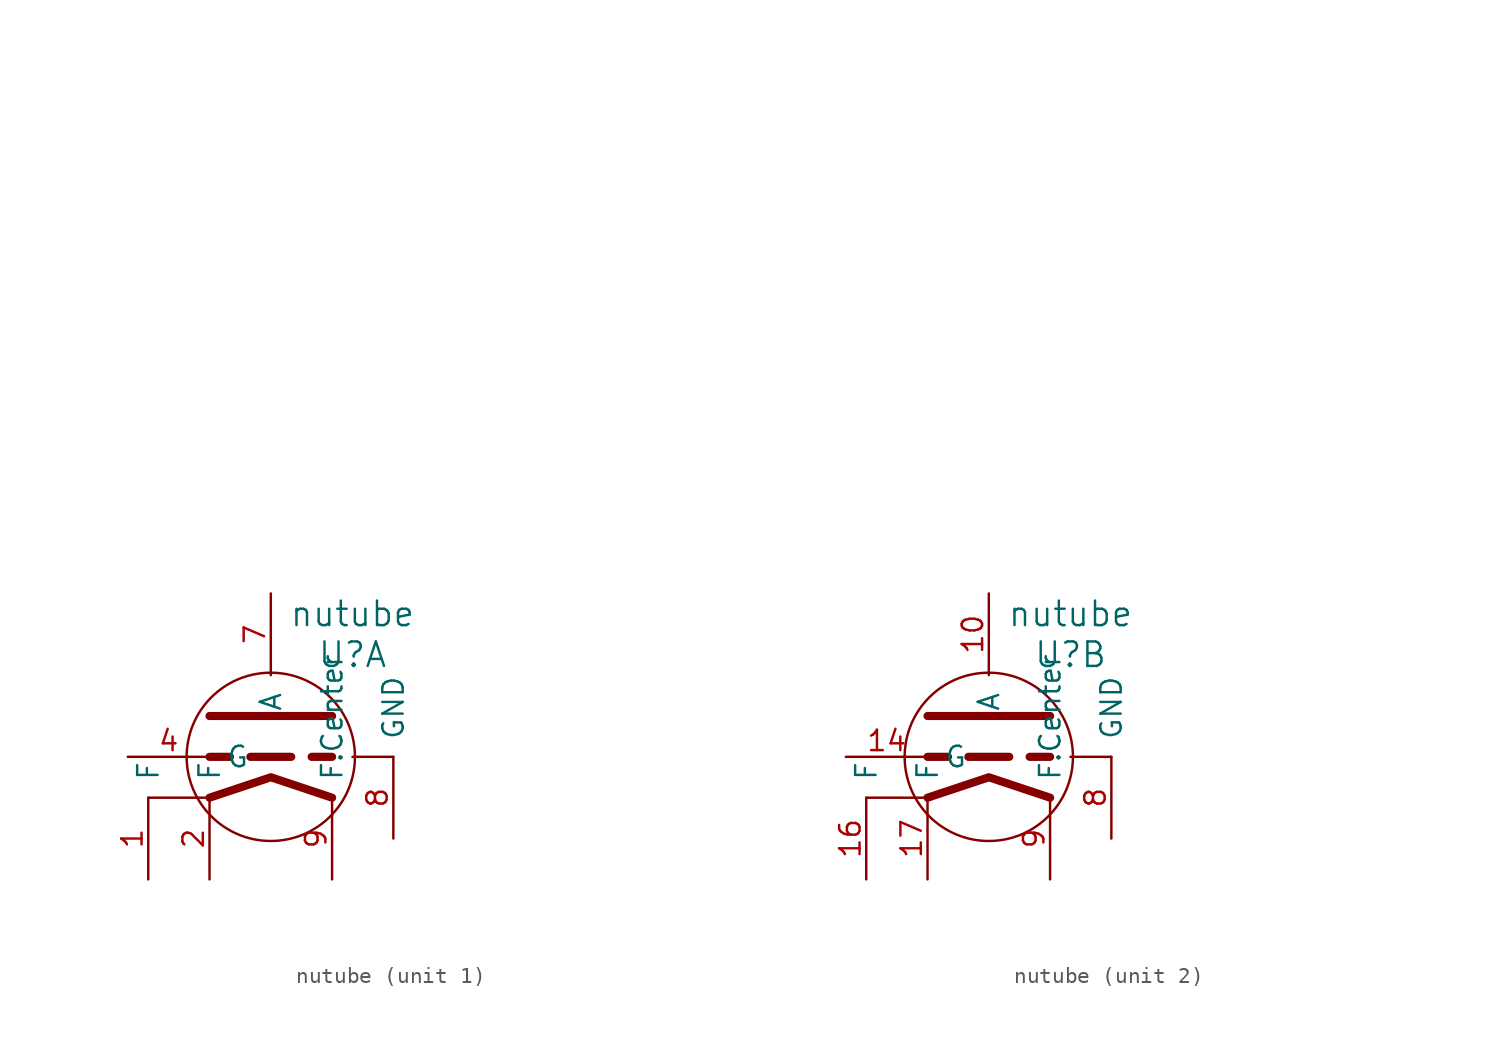
<source format=kicad_sym>
(kicad_symbol_lib
  (version 20211014)
  (generator kicad_symbol_editor)
  (symbol "nutube"
    (pin_names
      (offset 1.016))
    (property "Reference" "U"
      (at 5.08 6.35 0)
      (effects (font (size 1.524 1.524))))
    (property "Value" "nutube"
      (at 5.08 8.89 0)
      (effects (font (size 1.524 1.524))))
    (property "Footprint" ""
      (at 24.13 38.1 0)
      (effects (font (size 1.524 1.524))))
    (property "Datasheet" ""
      (at 24.13 38.1 0)
      (effects (font (size 1.524 1.524))))
    (symbol "nutube_0_1"
      (polyline (pts (xy -3.81 -2.54) (xy -7.62 -2.54)) (stroke (width 0) (type default) (color 0 0 0 0)) (fill (type none)))
      (polyline (pts (xy -3.81 0) (xy -2.54 0)) (stroke (width 0.508) (type default) (color 0 0 0 0)) (fill (type none)))
      (polyline (pts (xy -3.81 2.54) (xy 3.81 2.54)) (stroke (width 0.508) (type default) (color 0 0 0 0)) (fill (type none)))
      (polyline (pts (xy -1.27 0) (xy 1.27 0)) (stroke (width 0.508) (type default) (color 0 0 0 0)) (fill (type none)))
      (polyline (pts (xy 3.81 0) (xy 2.54 0)) (stroke (width 0.508) (type default) (color 0 0 0 0)) (fill (type none)))
      (polyline (pts (xy 7.62 0) (xy 5.08 0)) (stroke (width 0) (type default) (color 0 0 0 0)) (fill (type none)))
      (polyline (pts (xy -3.81 -2.54) (xy 0 -1.27) (xy 3.81 -2.54)) (stroke (width 0.508) (type default) (color 0 0 0 0)) (fill (type none)))
      (circle (center 0 0) (radius 5.232) (stroke (width 0) (type default) (color 0 0 0 0)) (fill (type none)))
      (pin power_in line (at 7.62 -5.08 90) (length 5.08) (name "GND" (effects (font (size 1.27 1.27)))) (number "8" (effects (font (size 1.27 1.27)))))
      (pin passive line (at 3.81 -7.62 90) (length 5.08) (name "F.Center" (effects (font (size 1.27 1.27)))) (number "9" (effects (font (size 1.27 1.27))))))
    (symbol "nutube_1_1"
      (pin passive line (at -7.62 -7.62 90) (length 5.08) (name "F" (effects (font (size 1.27 1.27)))) (number "1" (effects (font (size 1.27 1.27)))))
      (pin passive line (at -3.81 -7.62 90) (length 5.08) (name "F" (effects (font (size 1.27 1.27)))) (number "2" (effects (font (size 1.27 1.27)))))
      (pin input line (at -8.89 0 0) (length 5.08) (name "G" (effects (font (size 1.27 1.27)))) (number "4" (effects (font (size 1.27 1.27)))))
      (pin output line (at 0 10.16 270) (length 5.08) (name "A" (effects (font (size 1.27 1.27)))) (number "7" (effects (font (size 1.27 1.27))))))
    (symbol "nutube_2_1"
      (pin output line (at 0 10.16 270) (length 5.08) (name "A" (effects (font (size 1.27 1.27)))) (number "10" (effects (font (size 1.27 1.27)))))
      (pin input line (at -8.89 0 0) (length 5.08) (name "G" (effects (font (size 1.27 1.27)))) (number "14" (effects (font (size 1.27 1.27)))))
      (pin passive line (at -7.62 -7.62 90) (length 5.08) (name "F" (effects (font (size 1.27 1.27)))) (number "16" (effects (font (size 1.27 1.27)))))
      (pin passive line (at -3.81 -7.62 90) (length 5.08) (name "F" (effects (font (size 1.27 1.27)))) (number "17" (effects (font (size 1.27 1.27))))))))
</source>
